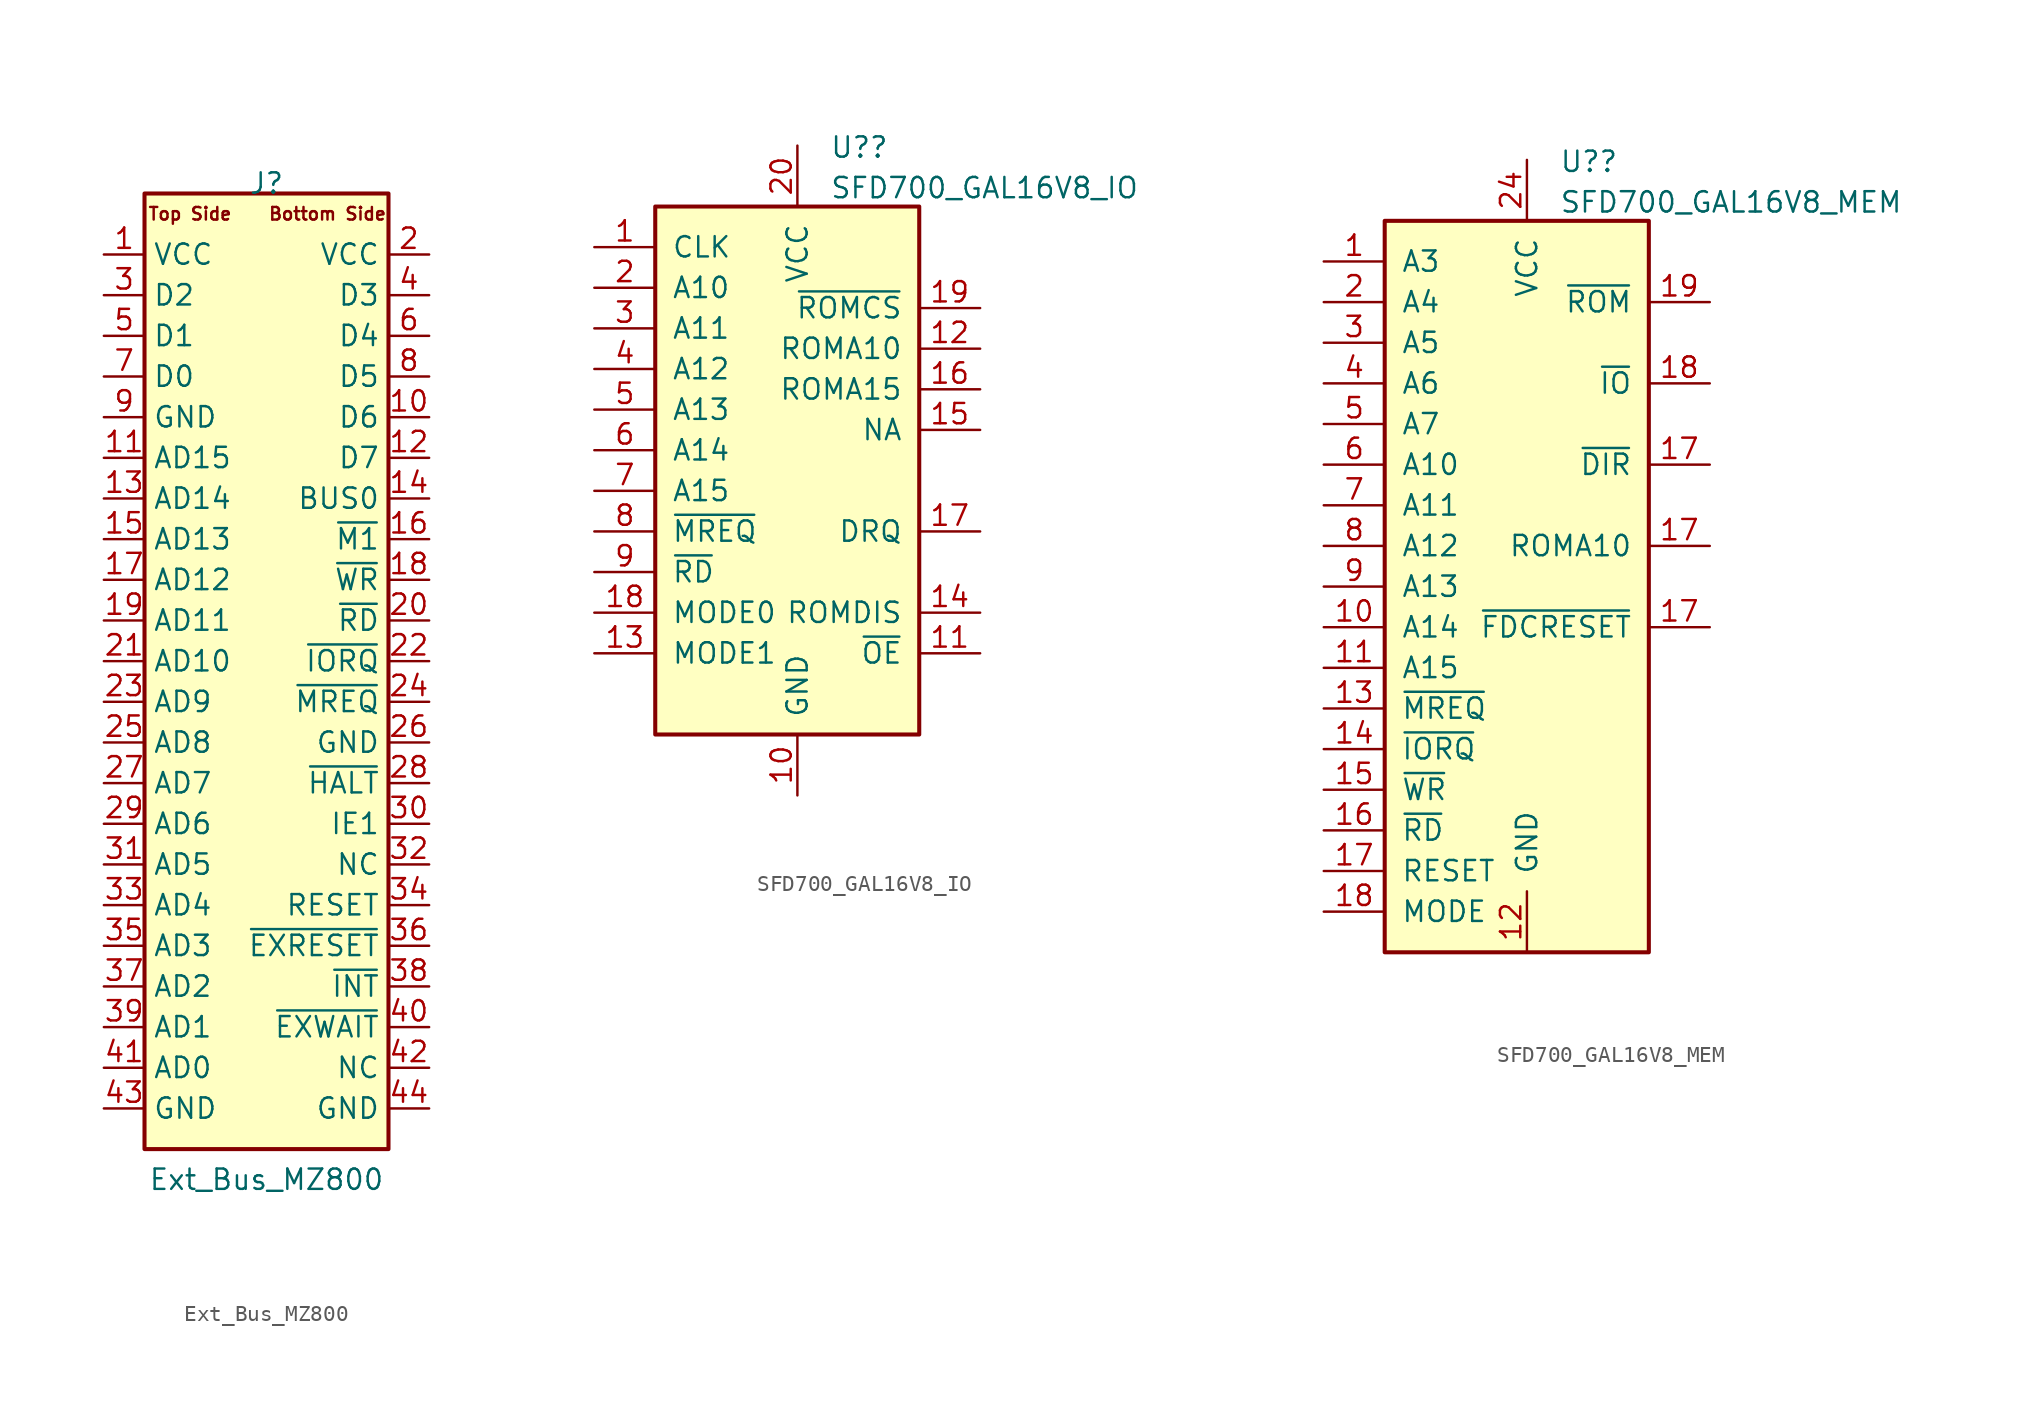
<source format=kicad_sym>
(kicad_symbol_lib
  (version 20220914)
  (generator kicad_symbol_editor)
  (symbol "Ext_Bus_MZ800"
    (property "Reference" "J"
      (at 0 31.115 0)
      (effects (font (size 1.27 1.27))))
    (property "Value" "Ext_Bus_MZ800"
      (at 0 -31.115 0)
      (effects (font (size 1.27 1.27))))
    (symbol "Ext_Bus_MZ800_0_0"
      (text " Top Side" (at -5.08 29.21 0) (effects (font (size 0.787 0.787))))
      (text "Bottom Side" (at 3.81 29.21 0) (effects (font (size 0.787 0.787)))))
    (symbol "Ext_Bus_MZ800_0_1"
      (rectangle (start -7.62 -29.21) (end 7.62 30.48) (stroke (width 0.254) (type default)) (fill (type background))))
    (symbol "Ext_Bus_MZ800_1_1"
      (pin power_out line (at -10.16 26.67 0) (length 2.54) (name "VCC" (effects (font (size 1.27 1.27)))) (number "1" (effects (font (size 1.27 1.27)))))
      (pin tri_state line (at 10.16 16.51 180) (length 2.54) (name "D6" (effects (font (size 1.27 1.27)))) (number "10" (effects (font (size 1.27 1.27)))))
      (pin output line (at -10.16 13.97 0) (length 2.54) (name "AD15" (effects (font (size 1.27 1.27)))) (number "11" (effects (font (size 1.27 1.27)))))
      (pin tri_state line (at 10.16 13.97 180) (length 2.54) (name "D7" (effects (font (size 1.27 1.27)))) (number "12" (effects (font (size 1.27 1.27)))))
      (pin output line (at -10.16 11.43 0) (length 2.54) (name "AD14" (effects (font (size 1.27 1.27)))) (number "13" (effects (font (size 1.27 1.27)))))
      (pin output line (at 10.16 11.43 180) (length 2.54) (name "BUS0" (effects (font (size 1.27 1.27)))) (number "14" (effects (font (size 1.27 1.27)))))
      (pin output line (at -10.16 8.89 0) (length 2.54) (name "AD13" (effects (font (size 1.27 1.27)))) (number "15" (effects (font (size 1.27 1.27)))))
      (pin output line (at 10.16 8.89 180) (length 2.54) (name "~{M1}" (effects (font (size 1.27 1.27)))) (number "16" (effects (font (size 1.27 1.27)))))
      (pin output line (at -10.16 6.35 0) (length 2.54) (name "AD12" (effects (font (size 1.27 1.27)))) (number "17" (effects (font (size 1.27 1.27)))))
      (pin output line (at 10.16 6.35 180) (length 2.54) (name "~{WR}" (effects (font (size 1.27 1.27)))) (number "18" (effects (font (size 1.27 1.27)))))
      (pin output line (at -10.16 3.81 0) (length 2.54) (name "AD11" (effects (font (size 1.27 1.27)))) (number "19" (effects (font (size 1.27 1.27)))))
      (pin power_in line (at 10.16 26.67 180) (length 2.54) (name "VCC" (effects (font (size 1.27 1.27)))) (number "2" (effects (font (size 1.27 1.27)))))
      (pin output line (at 10.16 3.81 180) (length 2.54) (name "~{RD}" (effects (font (size 1.27 1.27)))) (number "20" (effects (font (size 1.27 1.27)))))
      (pin output line (at -10.16 1.27 0) (length 2.54) (name "AD10" (effects (font (size 1.27 1.27)))) (number "21" (effects (font (size 1.27 1.27)))))
      (pin output line (at 10.16 1.27 180) (length 2.54) (name "~{IORQ}" (effects (font (size 1.27 1.27)))) (number "22" (effects (font (size 1.27 1.27)))))
      (pin output line (at -10.16 -1.27 0) (length 2.54) (name "AD9" (effects (font (size 1.27 1.27)))) (number "23" (effects (font (size 1.27 1.27)))))
      (pin output line (at 10.16 -1.27 180) (length 2.54) (name "~{MREQ}" (effects (font (size 1.27 1.27)))) (number "24" (effects (font (size 1.27 1.27)))))
      (pin output line (at -10.16 -3.81 0) (length 2.54) (name "AD8" (effects (font (size 1.27 1.27)))) (number "25" (effects (font (size 1.27 1.27)))))
      (pin power_out line (at 10.16 -3.81 180) (length 2.54) (name "GND" (effects (font (size 1.27 1.27)))) (number "26" (effects (font (size 1.27 1.27)))))
      (pin output line (at -10.16 -6.35 0) (length 2.54) (name "AD7" (effects (font (size 1.27 1.27)))) (number "27" (effects (font (size 1.27 1.27)))))
      (pin input line (at 10.16 -6.35 180) (length 2.54) (name "~{HALT}" (effects (font (size 1.27 1.27)))) (number "28" (effects (font (size 1.27 1.27)))))
      (pin output line (at -10.16 -8.89 0) (length 2.54) (name "AD6" (effects (font (size 1.27 1.27)))) (number "29" (effects (font (size 1.27 1.27)))))
      (pin tri_state line (at -10.16 24.13 0) (length 2.54) (name "D2" (effects (font (size 1.27 1.27)))) (number "3" (effects (font (size 1.27 1.27)))))
      (pin input line (at 10.16 -8.89 180) (length 2.54) (name "IE1" (effects (font (size 1.27 1.27)))) (number "30" (effects (font (size 1.27 1.27)))))
      (pin output line (at -10.16 -11.43 0) (length 2.54) (name "AD5" (effects (font (size 1.27 1.27)))) (number "31" (effects (font (size 1.27 1.27)))))
      (pin passive line (at 10.16 -11.43 180) (length 2.54) (name "NC" (effects (font (size 1.27 1.27)))) (number "32" (effects (font (size 1.27 1.27)))))
      (pin output line (at -10.16 -13.97 0) (length 2.54) (name "AD4" (effects (font (size 1.27 1.27)))) (number "33" (effects (font (size 1.27 1.27)))))
      (pin output line (at 10.16 -13.97 180) (length 2.54) (name "RESET" (effects (font (size 1.27 1.27)))) (number "34" (effects (font (size 1.27 1.27)))))
      (pin output line (at -10.16 -16.51 0) (length 2.54) (name "AD3" (effects (font (size 1.27 1.27)))) (number "35" (effects (font (size 1.27 1.27)))))
      (pin input line (at 10.16 -16.51 180) (length 2.54) (name "~{EXRESET}" (effects (font (size 1.27 1.27)))) (number "36" (effects (font (size 1.27 1.27)))))
      (pin output line (at -10.16 -19.05 0) (length 2.54) (name "AD2" (effects (font (size 1.27 1.27)))) (number "37" (effects (font (size 1.27 1.27)))))
      (pin input line (at 10.16 -19.05 180) (length 2.54) (name "~{INT}" (effects (font (size 1.27 1.27)))) (number "38" (effects (font (size 1.27 1.27)))))
      (pin output line (at -10.16 -21.59 0) (length 2.54) (name "AD1" (effects (font (size 1.27 1.27)))) (number "39" (effects (font (size 1.27 1.27)))))
      (pin tri_state line (at 10.16 24.13 180) (length 2.54) (name "D3" (effects (font (size 1.27 1.27)))) (number "4" (effects (font (size 1.27 1.27)))))
      (pin input line (at 10.16 -21.59 180) (length 2.54) (name "~{EXWAIT}" (effects (font (size 1.27 1.27)))) (number "40" (effects (font (size 1.27 1.27)))))
      (pin output line (at -10.16 -24.13 0) (length 2.54) (name "AD0" (effects (font (size 1.27 1.27)))) (number "41" (effects (font (size 1.27 1.27)))))
      (pin passive line (at 10.16 -24.13 180) (length 2.54) (name "NC" (effects (font (size 1.27 1.27)))) (number "42" (effects (font (size 1.27 1.27)))))
      (pin power_in line (at -10.16 -26.67 0) (length 2.54) (name "GND" (effects (font (size 1.27 1.27)))) (number "43" (effects (font (size 1.27 1.27)))))
      (pin power_in line (at 10.16 -26.67 180) (length 2.54) (name "GND" (effects (font (size 1.27 1.27)))) (number "44" (effects (font (size 1.27 1.27)))))
      (pin tri_state line (at -10.16 21.59 0) (length 2.54) (name "D1" (effects (font (size 1.27 1.27)))) (number "5" (effects (font (size 1.27 1.27)))))
      (pin tri_state line (at 10.16 21.59 180) (length 2.54) (name "D4" (effects (font (size 1.27 1.27)))) (number "6" (effects (font (size 1.27 1.27)))))
      (pin tri_state line (at -10.16 19.05 0) (length 2.54) (name "D0" (effects (font (size 1.27 1.27)))) (number "7" (effects (font (size 1.27 1.27)))))
      (pin tri_state line (at 10.16 19.05 180) (length 2.54) (name "D5" (effects (font (size 1.27 1.27)))) (number "8" (effects (font (size 1.27 1.27)))))
      (pin power_in line (at -10.16 16.51 0) (length 2.54) (name "GND" (effects (font (size 1.27 1.27)))) (number "9" (effects (font (size 1.27 1.27)))))))
  (symbol "SFD700_GAL16V8_IO"
    (pin_names
      (offset 1.016))
    (property "Reference" "U?"
      (at 2.019 18.94 0)
      (effects (font (size 1.27 1.27)) (justify left)))
    (property "Value" "SFD700_GAL16V8_IO"
      (at 2.019 16.403 0)
      (effects (font (size 1.27 1.27)) (justify left)))
    (symbol "SFD700_GAL16V8_IO_0_0"
      (pin power_in line (at 0 -21.59 90) (length 3.81) (name "GND" (effects (font (size 1.27 1.27)))) (number "10" (effects (font (size 1.27 1.27)))))
      (pin power_in line (at 0 19.05 270) (length 3.81) (name "VCC" (effects (font (size 1.27 1.27)))) (number "20" (effects (font (size 1.27 1.27))))))
    (symbol "SFD700_GAL16V8_IO_0_1"
      (rectangle (start -8.89 15.24) (end 7.62 -17.78) (stroke (width 0.254) (type default)) (fill (type background))))
    (symbol "SFD700_GAL16V8_IO_1_1"
      (pin input line (at -12.7 12.7 0) (length 3.81) (name "CLK" (effects (font (size 1.27 1.27)))) (number "1" (effects (font (size 1.27 1.27)))))
      (pin input line (at 11.43 -12.7 180) (length 3.81) (name "~{OE}" (effects (font (size 1.27 1.27)))) (number "11" (effects (font (size 1.27 1.27)))))
      (pin output line (at 11.43 6.35 180) (length 3.81) (name "ROMA10" (effects (font (size 1.27 1.27)))) (number "12" (effects (font (size 1.27 1.27)))))
      (pin input line (at -12.7 -12.7 0) (length 3.81) (name "MODE1" (effects (font (size 1.27 1.27)))) (number "13" (effects (font (size 1.27 1.27)))))
      (pin input line (at 11.43 -10.16 180) (length 3.81) (name "ROMDIS" (effects (font (size 1.27 1.27)))) (number "14" (effects (font (size 1.27 1.27)))))
      (pin output line (at 11.43 1.27 180) (length 3.81) (name "NA" (effects (font (size 1.27 1.27)))) (number "15" (effects (font (size 1.27 1.27)))))
      (pin output line (at 11.43 3.81 180) (length 3.81) (name "ROMA15" (effects (font (size 1.27 1.27)))) (number "16" (effects (font (size 1.27 1.27)))))
      (pin input line (at 11.43 -5.08 180) (length 3.81) (name "DRQ" (effects (font (size 1.27 1.27)))) (number "17" (effects (font (size 1.27 1.27)))))
      (pin input line (at -12.7 -10.16 0) (length 3.81) (name "MODE0" (effects (font (size 1.27 1.27)))) (number "18" (effects (font (size 1.27 1.27)))))
      (pin output line (at 11.43 8.89 180) (length 3.81) (name "~{ROMCS}" (effects (font (size 1.27 1.27)))) (number "19" (effects (font (size 1.27 1.27)))))
      (pin input line (at -12.7 10.16 0) (length 3.81) (name "A10" (effects (font (size 1.27 1.27)))) (number "2" (effects (font (size 1.27 1.27)))))
      (pin input line (at -12.7 7.62 0) (length 3.81) (name "A11" (effects (font (size 1.27 1.27)))) (number "3" (effects (font (size 1.27 1.27)))))
      (pin input line (at -12.7 5.08 0) (length 3.81) (name "A12" (effects (font (size 1.27 1.27)))) (number "4" (effects (font (size 1.27 1.27)))))
      (pin input line (at -12.7 2.54 0) (length 3.81) (name "A13" (effects (font (size 1.27 1.27)))) (number "5" (effects (font (size 1.27 1.27)))))
      (pin input line (at -12.7 0 0) (length 3.81) (name "A14" (effects (font (size 1.27 1.27)))) (number "6" (effects (font (size 1.27 1.27)))))
      (pin input line (at -12.7 -2.54 0) (length 3.81) (name "A15" (effects (font (size 1.27 1.27)))) (number "7" (effects (font (size 1.27 1.27)))))
      (pin input line (at -12.7 -5.08 0) (length 3.81) (name "~{MREQ}" (effects (font (size 1.27 1.27)))) (number "8" (effects (font (size 1.27 1.27)))))
      (pin input line (at -12.7 -7.62 0) (length 3.81) (name "~{RD}" (effects (font (size 1.27 1.27)))) (number "9" (effects (font (size 1.27 1.27)))))))
  (symbol "SFD700_GAL16V8_MEM"
    (pin_names
      (offset 1.016))
    (property "Reference" "U?"
      (at 2.019 18.94 0)
      (effects (font (size 1.27 1.27)) (justify left)))
    (property "Value" "SFD700_GAL16V8_MEM"
      (at 2.019 16.403 0)
      (effects (font (size 1.27 1.27)) (justify left)))
    (symbol "SFD700_GAL16V8_MEM_0_0"
      (pin power_in line (at 0 -30.48 90) (length 3.81) (name "GND" (effects (font (size 1.27 1.27)))) (number "12" (effects (font (size 1.27 1.27)))))
      (pin power_in line (at 0 19.05 270) (length 3.81) (name "VCC" (effects (font (size 1.27 1.27)))) (number "24" (effects (font (size 1.27 1.27))))))
    (symbol "SFD700_GAL16V8_MEM_0_1"
      (rectangle (start -8.89 15.24) (end 7.62 -30.48) (stroke (width 0.254) (type default)) (fill (type background))))
    (symbol "SFD700_GAL16V8_MEM_1_1"
      (pin input line (at -12.7 12.7 0) (length 3.81) (name "A3" (effects (font (size 1.27 1.27)))) (number "1" (effects (font (size 1.27 1.27)))))
      (pin input line (at -12.7 -10.16 0) (length 3.81) (name "A14" (effects (font (size 1.27 1.27)))) (number "10" (effects (font (size 1.27 1.27)))))
      (pin input line (at -12.7 -12.7 0) (length 3.81) (name "A15" (effects (font (size 1.27 1.27)))) (number "11" (effects (font (size 1.27 1.27)))))
      (pin input line (at -12.7 -15.24 0) (length 3.81) (name "~{MREQ}" (effects (font (size 1.27 1.27)))) (number "13" (effects (font (size 1.27 1.27)))))
      (pin input line (at -12.7 -17.78 0) (length 3.81) (name "~{IORQ}" (effects (font (size 1.27 1.27)))) (number "14" (effects (font (size 1.27 1.27)))))
      (pin input line (at -12.7 -20.32 0) (length 3.81) (name "~{WR}" (effects (font (size 1.27 1.27)))) (number "15" (effects (font (size 1.27 1.27)))))
      (pin input line (at -12.7 -22.86 0) (length 3.81) (name "~{RD}" (effects (font (size 1.27 1.27)))) (number "16" (effects (font (size 1.27 1.27)))))
      (pin input line (at -12.7 -25.4 0) (length 3.81) (name "RESET" (effects (font (size 1.27 1.27)))) (number "17" (effects (font (size 1.27 1.27)))))
      (pin output line (at 11.43 -5.08 180) (length 3.81) (name "ROMA10" (effects (font (size 1.27 1.27)))) (number "17" (effects (font (size 1.27 1.27)))))
      (pin output line (at 11.43 0 180) (length 3.81) (name "~{DIR}" (effects (font (size 1.27 1.27)))) (number "17" (effects (font (size 1.27 1.27)))))
      (pin output line (at 11.43 -10.16 180) (length 3.81) (name "~{FDCRESET}" (effects (font (size 1.27 1.27)))) (number "17" (effects (font (size 1.27 1.27)))))
      (pin input line (at -12.7 -27.94 0) (length 3.81) (name "MODE" (effects (font (size 1.27 1.27)))) (number "18" (effects (font (size 1.27 1.27)))))
      (pin output line (at 11.43 5.08 180) (length 3.81) (name "~{IO}" (effects (font (size 1.27 1.27)))) (number "18" (effects (font (size 1.27 1.27)))))
      (pin output line (at 11.43 10.16 180) (length 3.81) (name "~{ROM}" (effects (font (size 1.27 1.27)))) (number "19" (effects (font (size 1.27 1.27)))))
      (pin input line (at -12.7 10.16 0) (length 3.81) (name "A4" (effects (font (size 1.27 1.27)))) (number "2" (effects (font (size 1.27 1.27)))))
      (pin input line (at -12.7 7.62 0) (length 3.81) (name "A5" (effects (font (size 1.27 1.27)))) (number "3" (effects (font (size 1.27 1.27)))))
      (pin input line (at -12.7 5.08 0) (length 3.81) (name "A6" (effects (font (size 1.27 1.27)))) (number "4" (effects (font (size 1.27 1.27)))))
      (pin input line (at -12.7 2.54 0) (length 3.81) (name "A7" (effects (font (size 1.27 1.27)))) (number "5" (effects (font (size 1.27 1.27)))))
      (pin input line (at -12.7 0 0) (length 3.81) (name "A10" (effects (font (size 1.27 1.27)))) (number "6" (effects (font (size 1.27 1.27)))))
      (pin input line (at -12.7 -2.54 0) (length 3.81) (name "A11" (effects (font (size 1.27 1.27)))) (number "7" (effects (font (size 1.27 1.27)))))
      (pin input line (at -12.7 -5.08 0) (length 3.81) (name "A12" (effects (font (size 1.27 1.27)))) (number "8" (effects (font (size 1.27 1.27)))))
      (pin input line (at -12.7 -7.62 0) (length 3.81) (name "A13" (effects (font (size 1.27 1.27)))) (number "9" (effects (font (size 1.27 1.27))))))))
</source>
